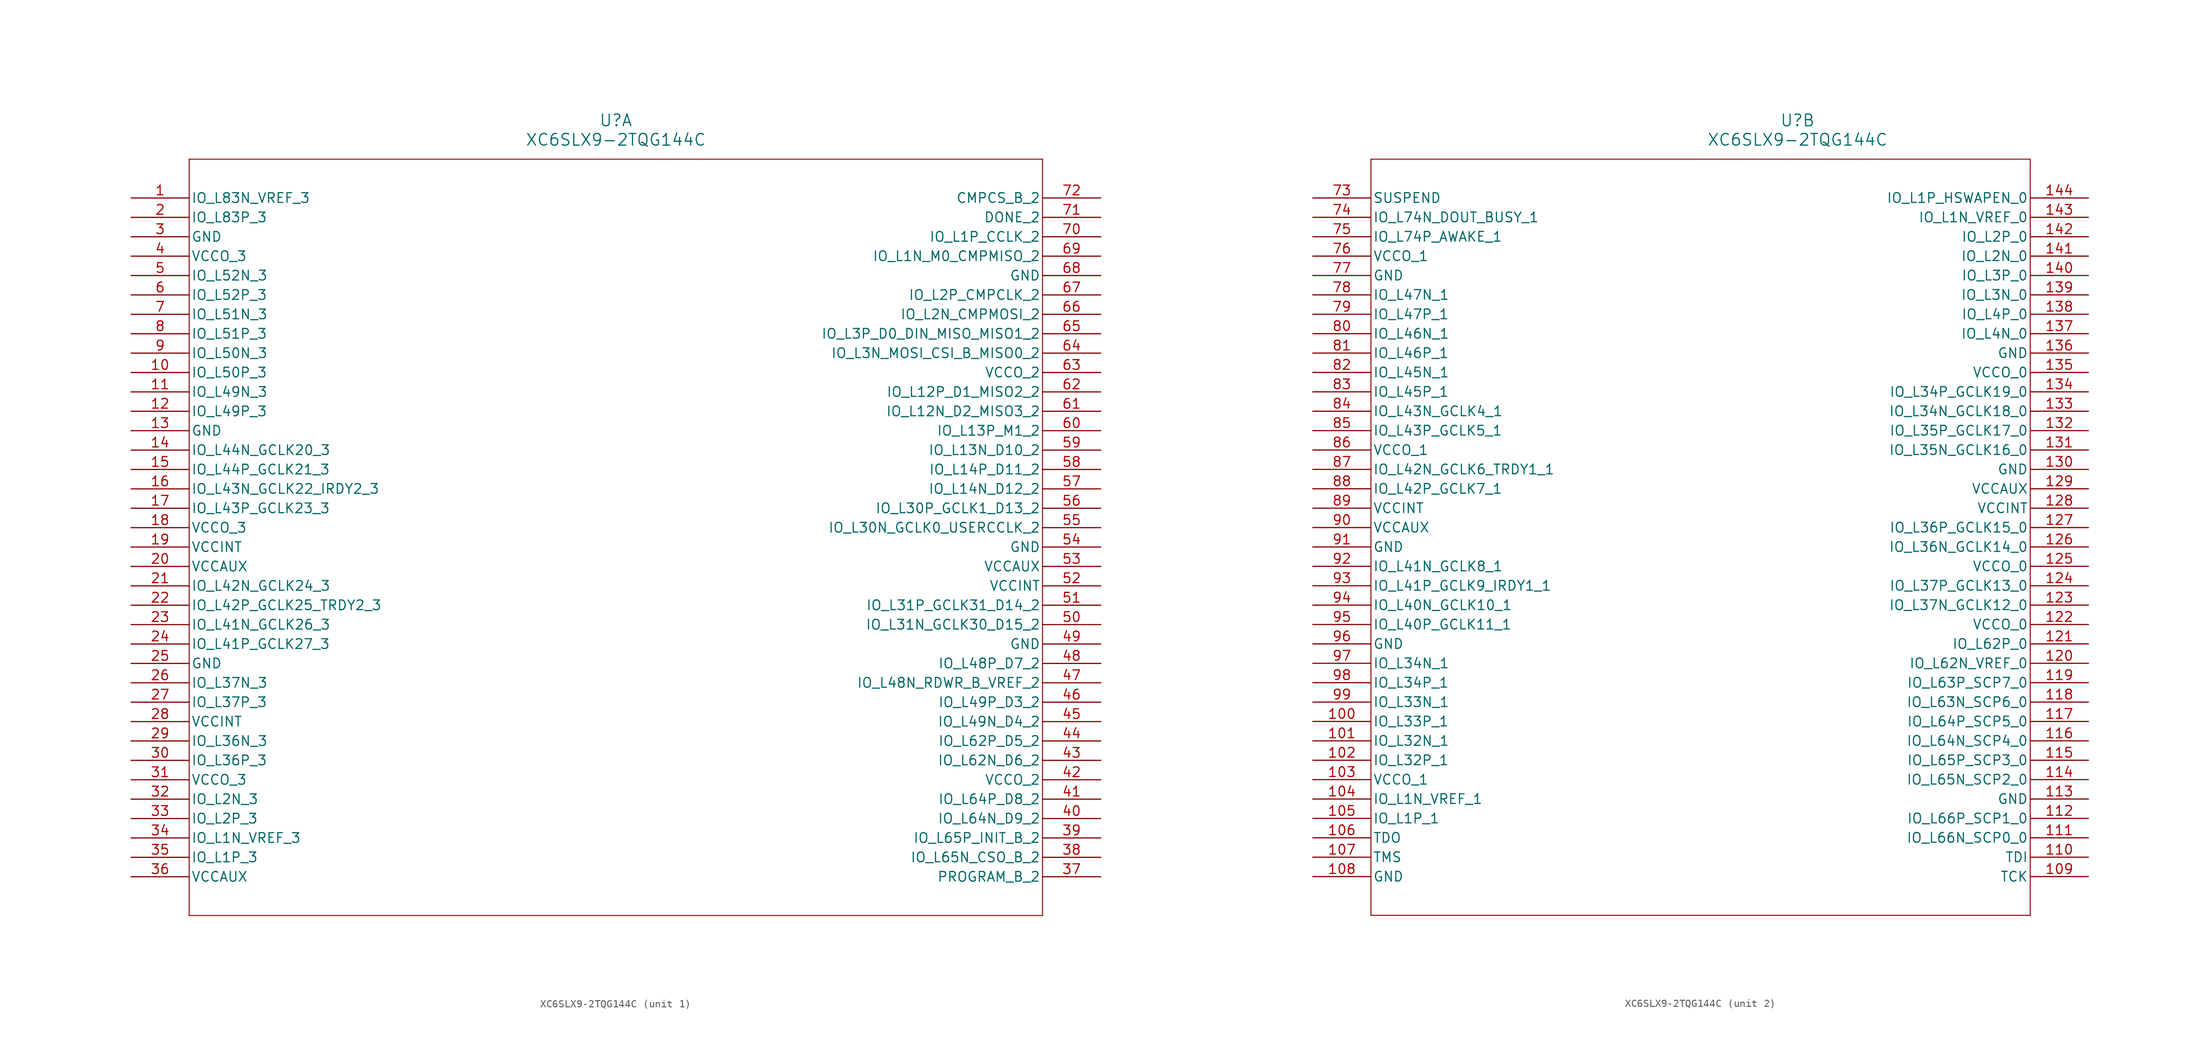
<source format=kicad_sym>
(kicad_symbol_lib
  (version 20241209)
  (generator "kicad_symbol_editor")
  (generator_version "9.0")
  (symbol "XC6SLX9-2TQG144C"
    (pin_names
      (offset 0.254))
    (property "Reference" "U"
      (at 63.5 10.16 0)
      (effects (font (size 1.524 1.524))))
    (property "Value" "XC6SLX9-2TQG144C"
      (at 63.5 7.62 0)
      (effects (font (size 1.524 1.524))))
    (property "ki_locked" ""
      (at 0 0 0)
      (effects (font (size 1.27 1.27))))
    (symbol "XC6SLX9-2TQG144C_1_1"
      (polyline (pts (xy 7.62 5.08) (xy 7.62 -93.98)) (stroke (width 0.127) (type default)) (fill (type none)))
      (polyline (pts (xy 7.62 -93.98) (xy 119.38 -93.98)) (stroke (width 0.127) (type default)) (fill (type none)))
      (polyline (pts (xy 119.38 5.08) (xy 7.62 5.08)) (stroke (width 0.127) (type default)) (fill (type none)))
      (polyline (pts (xy 119.38 -93.98) (xy 119.38 5.08)) (stroke (width 0.127) (type default)) (fill (type none)))
      (pin bidirectional line (at 0 0 0) (length 7.62) (name "IO_L83N_VREF_3" (effects (font (size 1.27 1.27)))) (number "1" (effects (font (size 1.27 1.27)))))
      (pin bidirectional line (at 0 -2.54 0) (length 7.62) (name "IO_L83P_3" (effects (font (size 1.27 1.27)))) (number "2" (effects (font (size 1.27 1.27)))))
      (pin power_out line (at 0 -5.08 0) (length 7.62) (name "GND" (effects (font (size 1.27 1.27)))) (number "3" (effects (font (size 1.27 1.27)))))
      (pin power_in line (at 0 -7.62 0) (length 7.62) (name "VCCO_3" (effects (font (size 1.27 1.27)))) (number "4" (effects (font (size 1.27 1.27)))))
      (pin bidirectional line (at 0 -10.16 0) (length 7.62) (name "IO_L52N_3" (effects (font (size 1.27 1.27)))) (number "5" (effects (font (size 1.27 1.27)))))
      (pin bidirectional line (at 0 -12.7 0) (length 7.62) (name "IO_L52P_3" (effects (font (size 1.27 1.27)))) (number "6" (effects (font (size 1.27 1.27)))))
      (pin bidirectional line (at 0 -15.24 0) (length 7.62) (name "IO_L51N_3" (effects (font (size 1.27 1.27)))) (number "7" (effects (font (size 1.27 1.27)))))
      (pin bidirectional line (at 0 -17.78 0) (length 7.62) (name "IO_L51P_3" (effects (font (size 1.27 1.27)))) (number "8" (effects (font (size 1.27 1.27)))))
      (pin bidirectional line (at 0 -20.32 0) (length 7.62) (name "IO_L50N_3" (effects (font (size 1.27 1.27)))) (number "9" (effects (font (size 1.27 1.27)))))
      (pin bidirectional line (at 0 -22.86 0) (length 7.62) (name "IO_L50P_3" (effects (font (size 1.27 1.27)))) (number "10" (effects (font (size 1.27 1.27)))))
      (pin bidirectional line (at 0 -25.4 0) (length 7.62) (name "IO_L49N_3" (effects (font (size 1.27 1.27)))) (number "11" (effects (font (size 1.27 1.27)))))
      (pin bidirectional line (at 0 -27.94 0) (length 7.62) (name "IO_L49P_3" (effects (font (size 1.27 1.27)))) (number "12" (effects (font (size 1.27 1.27)))))
      (pin power_out line (at 0 -30.48 0) (length 7.62) (name "GND" (effects (font (size 1.27 1.27)))) (number "13" (effects (font (size 1.27 1.27)))))
      (pin bidirectional line (at 0 -33.02 0) (length 7.62) (name "IO_L44N_GCLK20_3" (effects (font (size 1.27 1.27)))) (number "14" (effects (font (size 1.27 1.27)))))
      (pin bidirectional line (at 0 -35.56 0) (length 7.62) (name "IO_L44P_GCLK21_3" (effects (font (size 1.27 1.27)))) (number "15" (effects (font (size 1.27 1.27)))))
      (pin bidirectional line (at 0 -38.1 0) (length 7.62) (name "IO_L43N_GCLK22_IRDY2_3" (effects (font (size 1.27 1.27)))) (number "16" (effects (font (size 1.27 1.27)))))
      (pin bidirectional line (at 0 -40.64 0) (length 7.62) (name "IO_L43P_GCLK23_3" (effects (font (size 1.27 1.27)))) (number "17" (effects (font (size 1.27 1.27)))))
      (pin power_in line (at 0 -43.18 0) (length 7.62) (name "VCCO_3" (effects (font (size 1.27 1.27)))) (number "18" (effects (font (size 1.27 1.27)))))
      (pin power_in line (at 0 -45.72 0) (length 7.62) (name "VCCINT" (effects (font (size 1.27 1.27)))) (number "19" (effects (font (size 1.27 1.27)))))
      (pin power_in line (at 0 -48.26 0) (length 7.62) (name "VCCAUX" (effects (font (size 1.27 1.27)))) (number "20" (effects (font (size 1.27 1.27)))))
      (pin bidirectional line (at 0 -50.8 0) (length 7.62) (name "IO_L42N_GCLK24_3" (effects (font (size 1.27 1.27)))) (number "21" (effects (font (size 1.27 1.27)))))
      (pin bidirectional line (at 0 -53.34 0) (length 7.62) (name "IO_L42P_GCLK25_TRDY2_3" (effects (font (size 1.27 1.27)))) (number "22" (effects (font (size 1.27 1.27)))))
      (pin bidirectional line (at 0 -55.88 0) (length 7.62) (name "IO_L41N_GCLK26_3" (effects (font (size 1.27 1.27)))) (number "23" (effects (font (size 1.27 1.27)))))
      (pin bidirectional line (at 0 -58.42 0) (length 7.62) (name "IO_L41P_GCLK27_3" (effects (font (size 1.27 1.27)))) (number "24" (effects (font (size 1.27 1.27)))))
      (pin power_out line (at 0 -60.96 0) (length 7.62) (name "GND" (effects (font (size 1.27 1.27)))) (number "25" (effects (font (size 1.27 1.27)))))
      (pin bidirectional line (at 0 -63.5 0) (length 7.62) (name "IO_L37N_3" (effects (font (size 1.27 1.27)))) (number "26" (effects (font (size 1.27 1.27)))))
      (pin bidirectional line (at 0 -66.04 0) (length 7.62) (name "IO_L37P_3" (effects (font (size 1.27 1.27)))) (number "27" (effects (font (size 1.27 1.27)))))
      (pin power_in line (at 0 -68.58 0) (length 7.62) (name "VCCINT" (effects (font (size 1.27 1.27)))) (number "28" (effects (font (size 1.27 1.27)))))
      (pin bidirectional line (at 0 -71.12 0) (length 7.62) (name "IO_L36N_3" (effects (font (size 1.27 1.27)))) (number "29" (effects (font (size 1.27 1.27)))))
      (pin bidirectional line (at 0 -73.66 0) (length 7.62) (name "IO_L36P_3" (effects (font (size 1.27 1.27)))) (number "30" (effects (font (size 1.27 1.27)))))
      (pin power_in line (at 0 -76.2 0) (length 7.62) (name "VCCO_3" (effects (font (size 1.27 1.27)))) (number "31" (effects (font (size 1.27 1.27)))))
      (pin bidirectional line (at 0 -78.74 0) (length 7.62) (name "IO_L2N_3" (effects (font (size 1.27 1.27)))) (number "32" (effects (font (size 1.27 1.27)))))
      (pin bidirectional line (at 0 -81.28 0) (length 7.62) (name "IO_L2P_3" (effects (font (size 1.27 1.27)))) (number "33" (effects (font (size 1.27 1.27)))))
      (pin bidirectional line (at 0 -83.82 0) (length 7.62) (name "IO_L1N_VREF_3" (effects (font (size 1.27 1.27)))) (number "34" (effects (font (size 1.27 1.27)))))
      (pin bidirectional line (at 0 -86.36 0) (length 7.62) (name "IO_L1P_3" (effects (font (size 1.27 1.27)))) (number "35" (effects (font (size 1.27 1.27)))))
      (pin power_in line (at 0 -88.9 0) (length 7.62) (name "VCCAUX" (effects (font (size 1.27 1.27)))) (number "36" (effects (font (size 1.27 1.27)))))
      (pin input line (at 127 0 180) (length 7.62) (name "CMPCS_B_2" (effects (font (size 1.27 1.27)))) (number "72" (effects (font (size 1.27 1.27)))))
      (pin bidirectional line (at 127 -2.54 180) (length 7.62) (name "DONE_2" (effects (font (size 1.27 1.27)))) (number "71" (effects (font (size 1.27 1.27)))))
      (pin bidirectional line (at 127 -5.08 180) (length 7.62) (name "IO_L1P_CCLK_2" (effects (font (size 1.27 1.27)))) (number "70" (effects (font (size 1.27 1.27)))))
      (pin bidirectional line (at 127 -7.62 180) (length 7.62) (name "IO_L1N_M0_CMPMISO_2" (effects (font (size 1.27 1.27)))) (number "69" (effects (font (size 1.27 1.27)))))
      (pin power_out line (at 127 -10.16 180) (length 7.62) (name "GND" (effects (font (size 1.27 1.27)))) (number "68" (effects (font (size 1.27 1.27)))))
      (pin bidirectional line (at 127 -12.7 180) (length 7.62) (name "IO_L2P_CMPCLK_2" (effects (font (size 1.27 1.27)))) (number "67" (effects (font (size 1.27 1.27)))))
      (pin bidirectional line (at 127 -15.24 180) (length 7.62) (name "IO_L2N_CMPMOSI_2" (effects (font (size 1.27 1.27)))) (number "66" (effects (font (size 1.27 1.27)))))
      (pin bidirectional line (at 127 -17.78 180) (length 7.62) (name "IO_L3P_D0_DIN_MISO_MISO1_2" (effects (font (size 1.27 1.27)))) (number "65" (effects (font (size 1.27 1.27)))))
      (pin bidirectional line (at 127 -20.32 180) (length 7.62) (name "IO_L3N_MOSI_CSI_B_MISO0_2" (effects (font (size 1.27 1.27)))) (number "64" (effects (font (size 1.27 1.27)))))
      (pin power_in line (at 127 -22.86 180) (length 7.62) (name "VCCO_2" (effects (font (size 1.27 1.27)))) (number "63" (effects (font (size 1.27 1.27)))))
      (pin bidirectional line (at 127 -25.4 180) (length 7.62) (name "IO_L12P_D1_MISO2_2" (effects (font (size 1.27 1.27)))) (number "62" (effects (font (size 1.27 1.27)))))
      (pin bidirectional line (at 127 -27.94 180) (length 7.62) (name "IO_L12N_D2_MISO3_2" (effects (font (size 1.27 1.27)))) (number "61" (effects (font (size 1.27 1.27)))))
      (pin bidirectional line (at 127 -30.48 180) (length 7.62) (name "IO_L13P_M1_2" (effects (font (size 1.27 1.27)))) (number "60" (effects (font (size 1.27 1.27)))))
      (pin bidirectional line (at 127 -33.02 180) (length 7.62) (name "IO_L13N_D10_2" (effects (font (size 1.27 1.27)))) (number "59" (effects (font (size 1.27 1.27)))))
      (pin bidirectional line (at 127 -35.56 180) (length 7.62) (name "IO_L14P_D11_2" (effects (font (size 1.27 1.27)))) (number "58" (effects (font (size 1.27 1.27)))))
      (pin bidirectional line (at 127 -38.1 180) (length 7.62) (name "IO_L14N_D12_2" (effects (font (size 1.27 1.27)))) (number "57" (effects (font (size 1.27 1.27)))))
      (pin bidirectional line (at 127 -40.64 180) (length 7.62) (name "IO_L30P_GCLK1_D13_2" (effects (font (size 1.27 1.27)))) (number "56" (effects (font (size 1.27 1.27)))))
      (pin bidirectional line (at 127 -43.18 180) (length 7.62) (name "IO_L30N_GCLK0_USERCCLK_2" (effects (font (size 1.27 1.27)))) (number "55" (effects (font (size 1.27 1.27)))))
      (pin power_out line (at 127 -45.72 180) (length 7.62) (name "GND" (effects (font (size 1.27 1.27)))) (number "54" (effects (font (size 1.27 1.27)))))
      (pin power_in line (at 127 -48.26 180) (length 7.62) (name "VCCAUX" (effects (font (size 1.27 1.27)))) (number "53" (effects (font (size 1.27 1.27)))))
      (pin power_in line (at 127 -50.8 180) (length 7.62) (name "VCCINT" (effects (font (size 1.27 1.27)))) (number "52" (effects (font (size 1.27 1.27)))))
      (pin bidirectional line (at 127 -53.34 180) (length 7.62) (name "IO_L31P_GCLK31_D14_2" (effects (font (size 1.27 1.27)))) (number "51" (effects (font (size 1.27 1.27)))))
      (pin bidirectional line (at 127 -55.88 180) (length 7.62) (name "IO_L31N_GCLK30_D15_2" (effects (font (size 1.27 1.27)))) (number "50" (effects (font (size 1.27 1.27)))))
      (pin power_out line (at 127 -58.42 180) (length 7.62) (name "GND" (effects (font (size 1.27 1.27)))) (number "49" (effects (font (size 1.27 1.27)))))
      (pin bidirectional line (at 127 -60.96 180) (length 7.62) (name "IO_L48P_D7_2" (effects (font (size 1.27 1.27)))) (number "48" (effects (font (size 1.27 1.27)))))
      (pin bidirectional line (at 127 -63.5 180) (length 7.62) (name "IO_L48N_RDWR_B_VREF_2" (effects (font (size 1.27 1.27)))) (number "47" (effects (font (size 1.27 1.27)))))
      (pin bidirectional line (at 127 -66.04 180) (length 7.62) (name "IO_L49P_D3_2" (effects (font (size 1.27 1.27)))) (number "46" (effects (font (size 1.27 1.27)))))
      (pin bidirectional line (at 127 -68.58 180) (length 7.62) (name "IO_L49N_D4_2" (effects (font (size 1.27 1.27)))) (number "45" (effects (font (size 1.27 1.27)))))
      (pin bidirectional line (at 127 -71.12 180) (length 7.62) (name "IO_L62P_D5_2" (effects (font (size 1.27 1.27)))) (number "44" (effects (font (size 1.27 1.27)))))
      (pin bidirectional line (at 127 -73.66 180) (length 7.62) (name "IO_L62N_D6_2" (effects (font (size 1.27 1.27)))) (number "43" (effects (font (size 1.27 1.27)))))
      (pin power_in line (at 127 -76.2 180) (length 7.62) (name "VCCO_2" (effects (font (size 1.27 1.27)))) (number "42" (effects (font (size 1.27 1.27)))))
      (pin bidirectional line (at 127 -78.74 180) (length 7.62) (name "IO_L64P_D8_2" (effects (font (size 1.27 1.27)))) (number "41" (effects (font (size 1.27 1.27)))))
      (pin bidirectional line (at 127 -81.28 180) (length 7.62) (name "IO_L64N_D9_2" (effects (font (size 1.27 1.27)))) (number "40" (effects (font (size 1.27 1.27)))))
      (pin bidirectional line (at 127 -83.82 180) (length 7.62) (name "IO_L65P_INIT_B_2" (effects (font (size 1.27 1.27)))) (number "39" (effects (font (size 1.27 1.27)))))
      (pin bidirectional line (at 127 -86.36 180) (length 7.62) (name "IO_L65N_CSO_B_2" (effects (font (size 1.27 1.27)))) (number "38" (effects (font (size 1.27 1.27)))))
      (pin input line (at 127 -88.9 180) (length 7.62) (name "PROGRAM_B_2" (effects (font (size 1.27 1.27)))) (number "37" (effects (font (size 1.27 1.27))))))
    (symbol "XC6SLX9-2TQG144C_2_1"
      (polyline (pts (xy 7.62 5.08) (xy 7.62 -93.98)) (stroke (width 0.127) (type default)) (fill (type none)))
      (polyline (pts (xy 7.62 -93.98) (xy 93.98 -93.98)) (stroke (width 0.127) (type default)) (fill (type none)))
      (polyline (pts (xy 93.98 5.08) (xy 7.62 5.08)) (stroke (width 0.127) (type default)) (fill (type none)))
      (polyline (pts (xy 93.98 -93.98) (xy 93.98 5.08)) (stroke (width 0.127) (type default)) (fill (type none)))
      (pin input line (at 0 0 0) (length 7.62) (name "SUSPEND" (effects (font (size 1.27 1.27)))) (number "73" (effects (font (size 1.27 1.27)))))
      (pin bidirectional line (at 0 -2.54 0) (length 7.62) (name "IO_L74N_DOUT_BUSY_1" (effects (font (size 1.27 1.27)))) (number "74" (effects (font (size 1.27 1.27)))))
      (pin bidirectional line (at 0 -5.08 0) (length 7.62) (name "IO_L74P_AWAKE_1" (effects (font (size 1.27 1.27)))) (number "75" (effects (font (size 1.27 1.27)))))
      (pin power_in line (at 0 -7.62 0) (length 7.62) (name "VCCO_1" (effects (font (size 1.27 1.27)))) (number "76" (effects (font (size 1.27 1.27)))))
      (pin power_out line (at 0 -10.16 0) (length 7.62) (name "GND" (effects (font (size 1.27 1.27)))) (number "77" (effects (font (size 1.27 1.27)))))
      (pin bidirectional line (at 0 -12.7 0) (length 7.62) (name "IO_L47N_1" (effects (font (size 1.27 1.27)))) (number "78" (effects (font (size 1.27 1.27)))))
      (pin bidirectional line (at 0 -15.24 0) (length 7.62) (name "IO_L47P_1" (effects (font (size 1.27 1.27)))) (number "79" (effects (font (size 1.27 1.27)))))
      (pin bidirectional line (at 0 -17.78 0) (length 7.62) (name "IO_L46N_1" (effects (font (size 1.27 1.27)))) (number "80" (effects (font (size 1.27 1.27)))))
      (pin bidirectional line (at 0 -20.32 0) (length 7.62) (name "IO_L46P_1" (effects (font (size 1.27 1.27)))) (number "81" (effects (font (size 1.27 1.27)))))
      (pin bidirectional line (at 0 -22.86 0) (length 7.62) (name "IO_L45N_1" (effects (font (size 1.27 1.27)))) (number "82" (effects (font (size 1.27 1.27)))))
      (pin bidirectional line (at 0 -25.4 0) (length 7.62) (name "IO_L45P_1" (effects (font (size 1.27 1.27)))) (number "83" (effects (font (size 1.27 1.27)))))
      (pin bidirectional line (at 0 -27.94 0) (length 7.62) (name "IO_L43N_GCLK4_1" (effects (font (size 1.27 1.27)))) (number "84" (effects (font (size 1.27 1.27)))))
      (pin bidirectional line (at 0 -30.48 0) (length 7.62) (name "IO_L43P_GCLK5_1" (effects (font (size 1.27 1.27)))) (number "85" (effects (font (size 1.27 1.27)))))
      (pin power_in line (at 0 -33.02 0) (length 7.62) (name "VCCO_1" (effects (font (size 1.27 1.27)))) (number "86" (effects (font (size 1.27 1.27)))))
      (pin bidirectional line (at 0 -35.56 0) (length 7.62) (name "IO_L42N_GCLK6_TRDY1_1" (effects (font (size 1.27 1.27)))) (number "87" (effects (font (size 1.27 1.27)))))
      (pin bidirectional line (at 0 -38.1 0) (length 7.62) (name "IO_L42P_GCLK7_1" (effects (font (size 1.27 1.27)))) (number "88" (effects (font (size 1.27 1.27)))))
      (pin power_in line (at 0 -40.64 0) (length 7.62) (name "VCCINT" (effects (font (size 1.27 1.27)))) (number "89" (effects (font (size 1.27 1.27)))))
      (pin power_in line (at 0 -43.18 0) (length 7.62) (name "VCCAUX" (effects (font (size 1.27 1.27)))) (number "90" (effects (font (size 1.27 1.27)))))
      (pin power_out line (at 0 -45.72 0) (length 7.62) (name "GND" (effects (font (size 1.27 1.27)))) (number "91" (effects (font (size 1.27 1.27)))))
      (pin bidirectional line (at 0 -48.26 0) (length 7.62) (name "IO_L41N_GCLK8_1" (effects (font (size 1.27 1.27)))) (number "92" (effects (font (size 1.27 1.27)))))
      (pin bidirectional line (at 0 -50.8 0) (length 7.62) (name "IO_L41P_GCLK9_IRDY1_1" (effects (font (size 1.27 1.27)))) (number "93" (effects (font (size 1.27 1.27)))))
      (pin bidirectional line (at 0 -53.34 0) (length 7.62) (name "IO_L40N_GCLK10_1" (effects (font (size 1.27 1.27)))) (number "94" (effects (font (size 1.27 1.27)))))
      (pin bidirectional line (at 0 -55.88 0) (length 7.62) (name "IO_L40P_GCLK11_1" (effects (font (size 1.27 1.27)))) (number "95" (effects (font (size 1.27 1.27)))))
      (pin power_out line (at 0 -58.42 0) (length 7.62) (name "GND" (effects (font (size 1.27 1.27)))) (number "96" (effects (font (size 1.27 1.27)))))
      (pin bidirectional line (at 0 -60.96 0) (length 7.62) (name "IO_L34N_1" (effects (font (size 1.27 1.27)))) (number "97" (effects (font (size 1.27 1.27)))))
      (pin bidirectional line (at 0 -63.5 0) (length 7.62) (name "IO_L34P_1" (effects (font (size 1.27 1.27)))) (number "98" (effects (font (size 1.27 1.27)))))
      (pin bidirectional line (at 0 -66.04 0) (length 7.62) (name "IO_L33N_1" (effects (font (size 1.27 1.27)))) (number "99" (effects (font (size 1.27 1.27)))))
      (pin bidirectional line (at 0 -68.58 0) (length 7.62) (name "IO_L33P_1" (effects (font (size 1.27 1.27)))) (number "100" (effects (font (size 1.27 1.27)))))
      (pin bidirectional line (at 0 -71.12 0) (length 7.62) (name "IO_L32N_1" (effects (font (size 1.27 1.27)))) (number "101" (effects (font (size 1.27 1.27)))))
      (pin bidirectional line (at 0 -73.66 0) (length 7.62) (name "IO_L32P_1" (effects (font (size 1.27 1.27)))) (number "102" (effects (font (size 1.27 1.27)))))
      (pin power_in line (at 0 -76.2 0) (length 7.62) (name "VCCO_1" (effects (font (size 1.27 1.27)))) (number "103" (effects (font (size 1.27 1.27)))))
      (pin bidirectional line (at 0 -78.74 0) (length 7.62) (name "IO_L1N_VREF_1" (effects (font (size 1.27 1.27)))) (number "104" (effects (font (size 1.27 1.27)))))
      (pin bidirectional line (at 0 -81.28 0) (length 7.62) (name "IO_L1P_1" (effects (font (size 1.27 1.27)))) (number "105" (effects (font (size 1.27 1.27)))))
      (pin output line (at 0 -83.82 0) (length 7.62) (name "TDO" (effects (font (size 1.27 1.27)))) (number "106" (effects (font (size 1.27 1.27)))))
      (pin input line (at 0 -86.36 0) (length 7.62) (name "TMS" (effects (font (size 1.27 1.27)))) (number "107" (effects (font (size 1.27 1.27)))))
      (pin power_out line (at 0 -88.9 0) (length 7.62) (name "GND" (effects (font (size 1.27 1.27)))) (number "108" (effects (font (size 1.27 1.27)))))
      (pin bidirectional line (at 101.6 0 180) (length 7.62) (name "IO_L1P_HSWAPEN_0" (effects (font (size 1.27 1.27)))) (number "144" (effects (font (size 1.27 1.27)))))
      (pin bidirectional line (at 101.6 -2.54 180) (length 7.62) (name "IO_L1N_VREF_0" (effects (font (size 1.27 1.27)))) (number "143" (effects (font (size 1.27 1.27)))))
      (pin bidirectional line (at 101.6 -5.08 180) (length 7.62) (name "IO_L2P_0" (effects (font (size 1.27 1.27)))) (number "142" (effects (font (size 1.27 1.27)))))
      (pin bidirectional line (at 101.6 -7.62 180) (length 7.62) (name "IO_L2N_0" (effects (font (size 1.27 1.27)))) (number "141" (effects (font (size 1.27 1.27)))))
      (pin bidirectional line (at 101.6 -10.16 180) (length 7.62) (name "IO_L3P_0" (effects (font (size 1.27 1.27)))) (number "140" (effects (font (size 1.27 1.27)))))
      (pin bidirectional line (at 101.6 -12.7 180) (length 7.62) (name "IO_L3N_0" (effects (font (size 1.27 1.27)))) (number "139" (effects (font (size 1.27 1.27)))))
      (pin bidirectional line (at 101.6 -15.24 180) (length 7.62) (name "IO_L4P_0" (effects (font (size 1.27 1.27)))) (number "138" (effects (font (size 1.27 1.27)))))
      (pin bidirectional line (at 101.6 -17.78 180) (length 7.62) (name "IO_L4N_0" (effects (font (size 1.27 1.27)))) (number "137" (effects (font (size 1.27 1.27)))))
      (pin power_out line (at 101.6 -20.32 180) (length 7.62) (name "GND" (effects (font (size 1.27 1.27)))) (number "136" (effects (font (size 1.27 1.27)))))
      (pin power_in line (at 101.6 -22.86 180) (length 7.62) (name "VCCO_0" (effects (font (size 1.27 1.27)))) (number "135" (effects (font (size 1.27 1.27)))))
      (pin bidirectional line (at 101.6 -25.4 180) (length 7.62) (name "IO_L34P_GCLK19_0" (effects (font (size 1.27 1.27)))) (number "134" (effects (font (size 1.27 1.27)))))
      (pin bidirectional line (at 101.6 -27.94 180) (length 7.62) (name "IO_L34N_GCLK18_0" (effects (font (size 1.27 1.27)))) (number "133" (effects (font (size 1.27 1.27)))))
      (pin bidirectional line (at 101.6 -30.48 180) (length 7.62) (name "IO_L35P_GCLK17_0" (effects (font (size 1.27 1.27)))) (number "132" (effects (font (size 1.27 1.27)))))
      (pin bidirectional line (at 101.6 -33.02 180) (length 7.62) (name "IO_L35N_GCLK16_0" (effects (font (size 1.27 1.27)))) (number "131" (effects (font (size 1.27 1.27)))))
      (pin power_out line (at 101.6 -35.56 180) (length 7.62) (name "GND" (effects (font (size 1.27 1.27)))) (number "130" (effects (font (size 1.27 1.27)))))
      (pin power_in line (at 101.6 -38.1 180) (length 7.62) (name "VCCAUX" (effects (font (size 1.27 1.27)))) (number "129" (effects (font (size 1.27 1.27)))))
      (pin power_in line (at 101.6 -40.64 180) (length 7.62) (name "VCCINT" (effects (font (size 1.27 1.27)))) (number "128" (effects (font (size 1.27 1.27)))))
      (pin bidirectional line (at 101.6 -43.18 180) (length 7.62) (name "IO_L36P_GCLK15_0" (effects (font (size 1.27 1.27)))) (number "127" (effects (font (size 1.27 1.27)))))
      (pin bidirectional line (at 101.6 -45.72 180) (length 7.62) (name "IO_L36N_GCLK14_0" (effects (font (size 1.27 1.27)))) (number "126" (effects (font (size 1.27 1.27)))))
      (pin power_in line (at 101.6 -48.26 180) (length 7.62) (name "VCCO_0" (effects (font (size 1.27 1.27)))) (number "125" (effects (font (size 1.27 1.27)))))
      (pin bidirectional line (at 101.6 -50.8 180) (length 7.62) (name "IO_L37P_GCLK13_0" (effects (font (size 1.27 1.27)))) (number "124" (effects (font (size 1.27 1.27)))))
      (pin bidirectional line (at 101.6 -53.34 180) (length 7.62) (name "IO_L37N_GCLK12_0" (effects (font (size 1.27 1.27)))) (number "123" (effects (font (size 1.27 1.27)))))
      (pin power_in line (at 101.6 -55.88 180) (length 7.62) (name "VCCO_0" (effects (font (size 1.27 1.27)))) (number "122" (effects (font (size 1.27 1.27)))))
      (pin bidirectional line (at 101.6 -58.42 180) (length 7.62) (name "IO_L62P_0" (effects (font (size 1.27 1.27)))) (number "121" (effects (font (size 1.27 1.27)))))
      (pin bidirectional line (at 101.6 -60.96 180) (length 7.62) (name "IO_L62N_VREF_0" (effects (font (size 1.27 1.27)))) (number "120" (effects (font (size 1.27 1.27)))))
      (pin bidirectional line (at 101.6 -63.5 180) (length 7.62) (name "IO_L63P_SCP7_0" (effects (font (size 1.27 1.27)))) (number "119" (effects (font (size 1.27 1.27)))))
      (pin bidirectional line (at 101.6 -66.04 180) (length 7.62) (name "IO_L63N_SCP6_0" (effects (font (size 1.27 1.27)))) (number "118" (effects (font (size 1.27 1.27)))))
      (pin bidirectional line (at 101.6 -68.58 180) (length 7.62) (name "IO_L64P_SCP5_0" (effects (font (size 1.27 1.27)))) (number "117" (effects (font (size 1.27 1.27)))))
      (pin bidirectional line (at 101.6 -71.12 180) (length 7.62) (name "IO_L64N_SCP4_0" (effects (font (size 1.27 1.27)))) (number "116" (effects (font (size 1.27 1.27)))))
      (pin bidirectional line (at 101.6 -73.66 180) (length 7.62) (name "IO_L65P_SCP3_0" (effects (font (size 1.27 1.27)))) (number "115" (effects (font (size 1.27 1.27)))))
      (pin bidirectional line (at 101.6 -76.2 180) (length 7.62) (name "IO_L65N_SCP2_0" (effects (font (size 1.27 1.27)))) (number "114" (effects (font (size 1.27 1.27)))))
      (pin power_out line (at 101.6 -78.74 180) (length 7.62) (name "GND" (effects (font (size 1.27 1.27)))) (number "113" (effects (font (size 1.27 1.27)))))
      (pin bidirectional line (at 101.6 -81.28 180) (length 7.62) (name "IO_L66P_SCP1_0" (effects (font (size 1.27 1.27)))) (number "112" (effects (font (size 1.27 1.27)))))
      (pin bidirectional line (at 101.6 -83.82 180) (length 7.62) (name "IO_L66N_SCP0_0" (effects (font (size 1.27 1.27)))) (number "111" (effects (font (size 1.27 1.27)))))
      (pin input line (at 101.6 -86.36 180) (length 7.62) (name "TDI" (effects (font (size 1.27 1.27)))) (number "110" (effects (font (size 1.27 1.27)))))
      (pin input line (at 101.6 -88.9 180) (length 7.62) (name "TCK" (effects (font (size 1.27 1.27)))) (number "109" (effects (font (size 1.27 1.27))))))))
</source>
